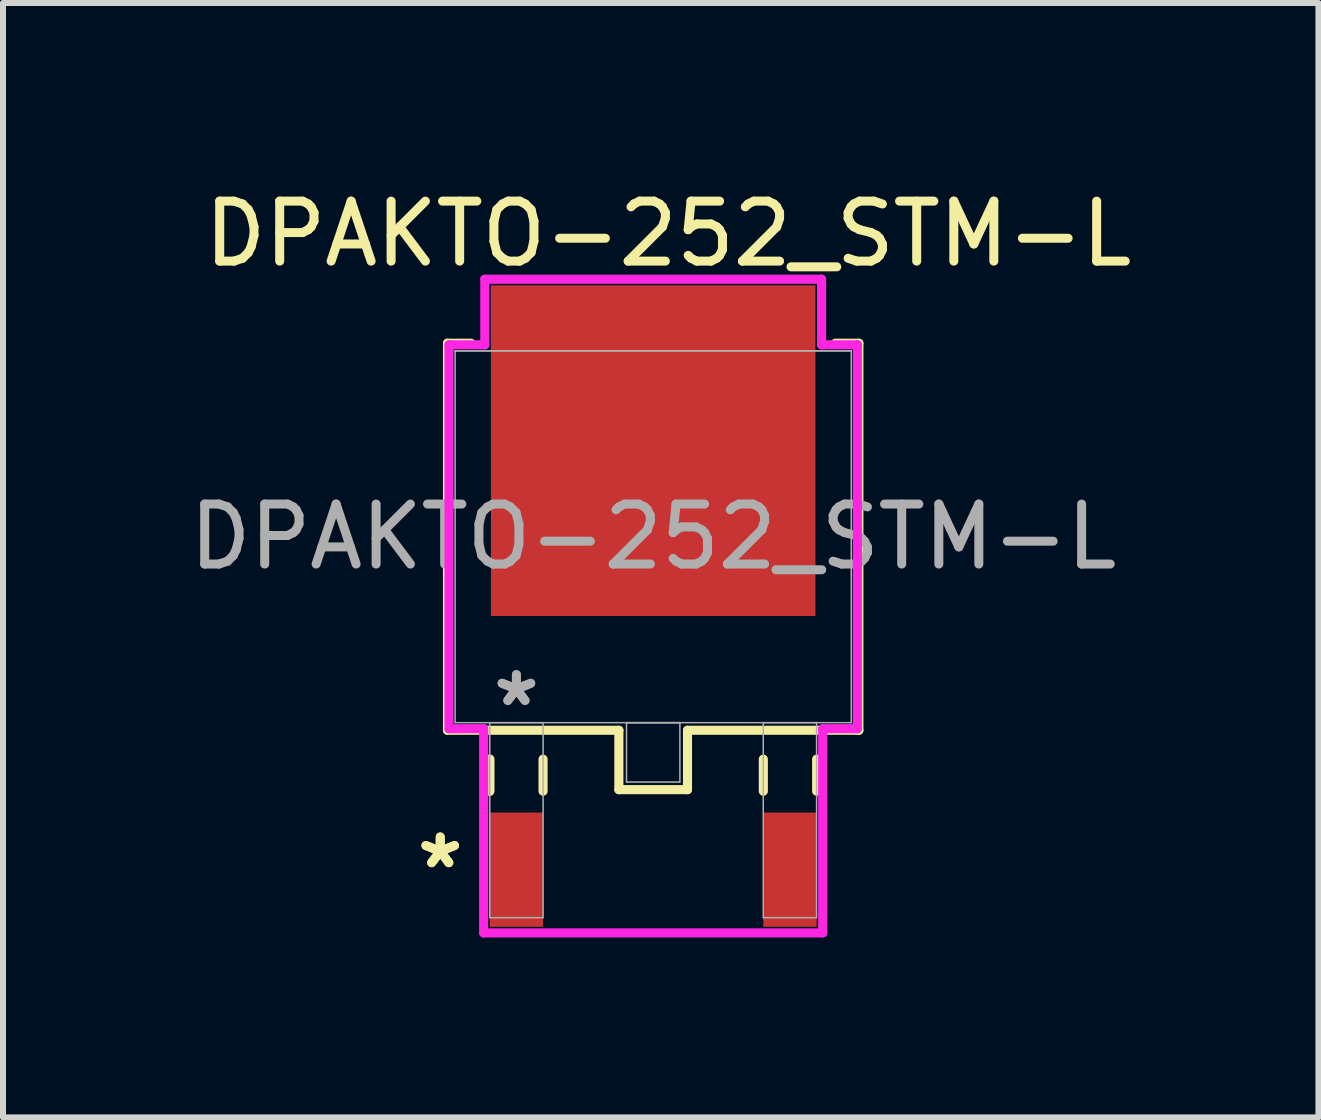
<source format=kicad_pcb>
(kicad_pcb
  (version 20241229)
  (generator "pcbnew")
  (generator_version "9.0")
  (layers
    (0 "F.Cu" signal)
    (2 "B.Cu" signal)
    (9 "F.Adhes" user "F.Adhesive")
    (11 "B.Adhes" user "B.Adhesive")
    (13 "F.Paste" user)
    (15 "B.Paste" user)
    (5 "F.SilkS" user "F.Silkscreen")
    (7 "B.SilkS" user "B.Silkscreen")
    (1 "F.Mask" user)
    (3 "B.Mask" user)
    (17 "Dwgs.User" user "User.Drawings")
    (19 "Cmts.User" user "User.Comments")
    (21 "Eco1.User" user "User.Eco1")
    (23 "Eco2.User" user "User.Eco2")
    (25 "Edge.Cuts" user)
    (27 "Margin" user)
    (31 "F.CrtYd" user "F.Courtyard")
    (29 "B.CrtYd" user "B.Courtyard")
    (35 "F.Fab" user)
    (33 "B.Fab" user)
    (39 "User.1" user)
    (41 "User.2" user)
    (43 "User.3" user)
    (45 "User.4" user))
  (footprint "DPAKTO-252_STM-L"
    (layer "F.Cu")
    (at 7.839 5.898)
    (property "Reference" "DPAKTO-252_STM-L" (at 0.25 -5.05 0) (unlocked yes) (layer "F.SilkS") (effects (font (size 1 1) (thickness 0.15))))
    (attr smd)
    (fp_line (start -3.429 -3.226) (end -3.429 3.226) (stroke (width 0.152) (type solid)) (layer "F.SilkS"))
    (fp_line (start -3.429 3.226) (end -0.572 3.226) (stroke (width 0.152) (type solid)) (layer "F.SilkS"))
    (fp_line (start -3.038 -3.226) (end -3.429 -3.226) (stroke (width 0.152) (type solid)) (layer "F.SilkS"))
    (fp_line (start -2.725 3.708) (end -2.725 4.242) (stroke (width 0.152) (type solid)) (layer "F.SilkS"))
    (fp_line (start -2.725 3.708) (end -2.725 4.242) (stroke (width 0.152) (type solid)) (layer "F.SilkS"))
    (fp_line (start -1.836 3.708) (end -1.836 4.242) (stroke (width 0.152) (type solid)) (layer "F.SilkS"))
    (fp_line (start -0.572 3.226) (end -0.572 4.216) (stroke (width 0.152) (type solid)) (layer "F.SilkS"))
    (fp_line (start -0.572 4.216) (end 0.572 4.216) (stroke (width 0.152) (type solid)) (layer "F.SilkS"))
    (fp_line (start 0.572 3.226) (end 3.429 3.226) (stroke (width 0.152) (type solid)) (layer "F.SilkS"))
    (fp_line (start 0.572 4.216) (end 0.572 3.226) (stroke (width 0.152) (type solid)) (layer "F.SilkS"))
    (fp_line (start 1.836 3.708) (end 1.836 4.242) (stroke (width 0.152) (type solid)) (layer "F.SilkS"))
    (fp_line (start 2.725 3.708) (end 2.725 4.242) (stroke (width 0.152) (type solid)) (layer "F.SilkS"))
    (fp_line (start 3.429 -3.226) (end 3.038 -3.226) (stroke (width 0.152) (type solid)) (layer "F.SilkS"))
    (fp_line (start 3.429 3.226) (end 3.429 -3.226) (stroke (width 0.152) (type solid)) (layer "F.SilkS"))
    (fp_line (start -3.404 -3.2) (end -2.807 -3.2) (stroke (width 0.152) (type solid)) (layer "F.CrtYd"))
    (fp_line (start -3.404 3.2) (end -3.404 -3.2) (stroke (width 0.152) (type solid)) (layer "F.CrtYd"))
    (fp_line (start -2.826 3.2) (end -3.404 3.2) (stroke (width 0.152) (type solid)) (layer "F.CrtYd"))
    (fp_line (start -2.826 6.604) (end -2.826 3.2) (stroke (width 0.152) (type solid)) (layer "F.CrtYd"))
    (fp_line (start -2.807 -4.293) (end 2.807 -4.293) (stroke (width 0.152) (type solid)) (layer "F.CrtYd"))
    (fp_line (start -2.807 -3.2) (end -2.807 -4.293) (stroke (width 0.152) (type solid)) (layer "F.CrtYd"))
    (fp_line (start 2.807 -4.293) (end 2.807 -3.2) (stroke (width 0.152) (type solid)) (layer "F.CrtYd"))
    (fp_line (start 2.807 -3.2) (end 3.404 -3.2) (stroke (width 0.152) (type solid)) (layer "F.CrtYd"))
    (fp_line (start 2.826 3.2) (end 2.826 6.604) (stroke (width 0.152) (type solid)) (layer "F.CrtYd"))
    (fp_line (start 2.826 6.604) (end -2.826 6.604) (stroke (width 0.152) (type solid)) (layer "F.CrtYd"))
    (fp_line (start 3.404 -3.2) (end 3.404 3.2) (stroke (width 0.152) (type solid)) (layer "F.CrtYd"))
    (fp_line (start 3.404 3.2) (end 2.826 3.2) (stroke (width 0.152) (type solid)) (layer "F.CrtYd"))
    (fp_line (start -3.302 -3.099) (end -3.302 3.099) (stroke (width 0.025) (type solid)) (layer "F.Fab"))
    (fp_line (start -3.302 3.099) (end 3.302 3.099) (stroke (width 0.025) (type solid)) (layer "F.Fab"))
    (fp_line (start -2.724 3.099) (end -2.724 6.35) (stroke (width 0.025) (type solid)) (layer "F.Fab"))
    (fp_line (start -2.724 6.35) (end -1.835 6.35) (stroke (width 0.025) (type solid)) (layer "F.Fab"))
    (fp_line (start -1.835 3.099) (end -2.724 3.099) (stroke (width 0.025) (type solid)) (layer "F.Fab"))
    (fp_line (start -1.835 6.35) (end -1.835 3.099) (stroke (width 0.025) (type solid)) (layer "F.Fab"))
    (fp_line (start -0.445 3.099) (end -0.445 4.089) (stroke (width 0.025) (type solid)) (layer "F.Fab"))
    (fp_line (start -0.445 4.089) (end 0.445 4.089) (stroke (width 0.025) (type solid)) (layer "F.Fab"))
    (fp_line (start 0.445 3.099) (end -0.445 3.099) (stroke (width 0.025) (type solid)) (layer "F.Fab"))
    (fp_line (start 0.445 3.099) (end -0.445 3.099) (stroke (width 0.025) (type solid)) (layer "F.Fab"))
    (fp_line (start 0.445 4.089) (end 0.445 3.099) (stroke (width 0.025) (type solid)) (layer "F.Fab"))
    (fp_line (start 1.835 3.099) (end 1.835 6.35) (stroke (width 0.025) (type solid)) (layer "F.Fab"))
    (fp_line (start 1.835 6.35) (end 2.724 6.35) (stroke (width 0.025) (type solid)) (layer "F.Fab"))
    (fp_line (start 2.724 3.099) (end 1.835 3.099) (stroke (width 0.025) (type solid)) (layer "F.Fab"))
    (fp_line (start 2.724 6.35) (end 2.724 3.099) (stroke (width 0.025) (type solid)) (layer "F.Fab"))
    (fp_line (start 3.302 -3.099) (end -3.302 -3.099) (stroke (width 0.025) (type solid)) (layer "F.Fab"))
    (fp_line (start 3.302 -3.099) (end -3.302 -3.099) (stroke (width 0.025) (type solid)) (layer "F.Fab"))
    (fp_line (start 3.302 3.099) (end 3.302 -3.099) (stroke (width 0.025) (type solid)) (layer "F.Fab"))
    (fp_text user "*" (at -3.55 5.55 0) (unlocked yes) (layer "F.SilkS") (effects (font (size 1 1) (thickness 0.15))))
    (fp_text user "*" (at -3.55 5.55 0) (layer "F.SilkS") (effects (font (size 1 1) (thickness 0.15))))
    (fp_text user "*" (at -2.28 2.845 0) (unlocked yes) (layer "F.Fab") (effects (font (size 1 1) (thickness 0.15))))
    (fp_text user "${REFERENCE}" (at 0 0 0) (unlocked yes) (layer "F.Fab") (effects (font (size 1 1) (thickness 0.15))))
    (fp_text user "*" (at -2.28 2.845 0) (layer "F.Fab") (effects (font (size 1 1) (thickness 0.15))))
    (pad "1" smd rect (at -2.28 5.55) (size 0.889 1.905) (layers "F.Cu" "F.Mask" "F.Paste"))
    (pad "2" smd rect (at 0 -1.435) (size 5.41 5.512) (layers "F.Cu" "F.Mask" "F.Paste"))
    (pad "3" smd rect (at 2.28 5.55) (size 0.889 1.905) (layers "F.Cu" "F.Mask" "F.Paste")))
  (gr_rect
    (start -3 -3)
    (end 18.929 15.578)
    (stroke (width 0.1) (type default))
    (fill no)
    (layer "Edge.Cuts")))
</source>
